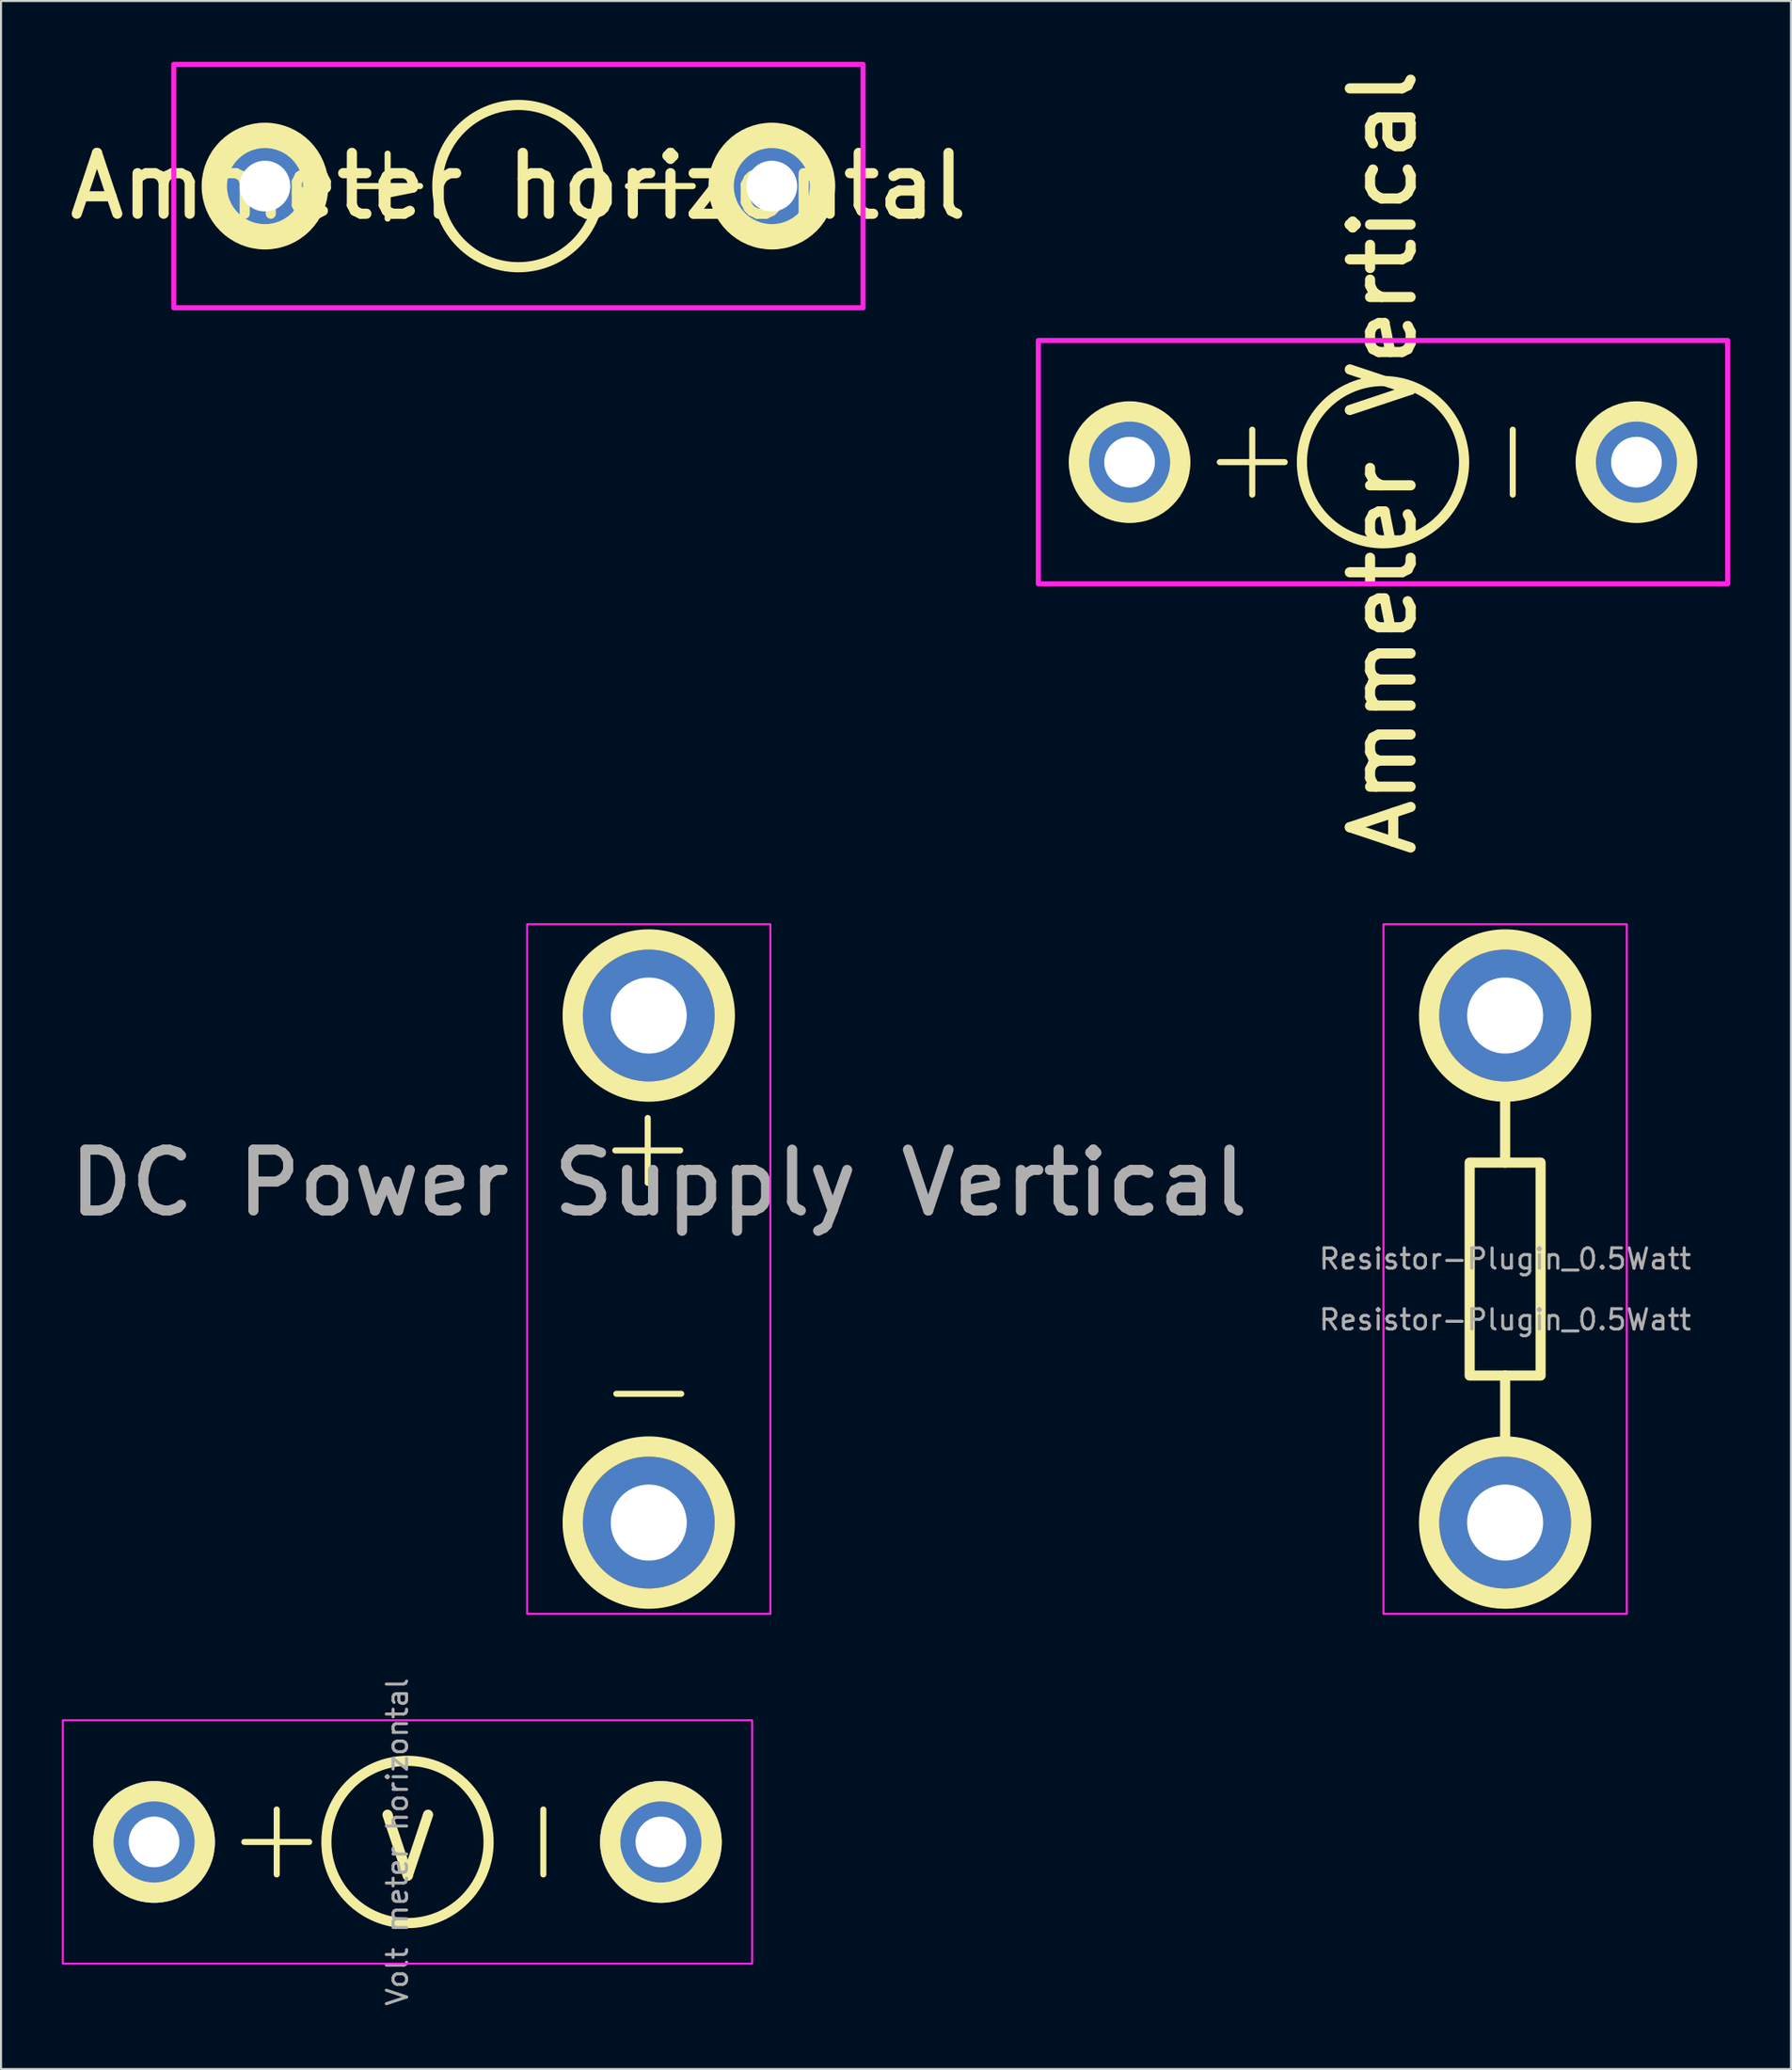
<source format=kicad_pcb>
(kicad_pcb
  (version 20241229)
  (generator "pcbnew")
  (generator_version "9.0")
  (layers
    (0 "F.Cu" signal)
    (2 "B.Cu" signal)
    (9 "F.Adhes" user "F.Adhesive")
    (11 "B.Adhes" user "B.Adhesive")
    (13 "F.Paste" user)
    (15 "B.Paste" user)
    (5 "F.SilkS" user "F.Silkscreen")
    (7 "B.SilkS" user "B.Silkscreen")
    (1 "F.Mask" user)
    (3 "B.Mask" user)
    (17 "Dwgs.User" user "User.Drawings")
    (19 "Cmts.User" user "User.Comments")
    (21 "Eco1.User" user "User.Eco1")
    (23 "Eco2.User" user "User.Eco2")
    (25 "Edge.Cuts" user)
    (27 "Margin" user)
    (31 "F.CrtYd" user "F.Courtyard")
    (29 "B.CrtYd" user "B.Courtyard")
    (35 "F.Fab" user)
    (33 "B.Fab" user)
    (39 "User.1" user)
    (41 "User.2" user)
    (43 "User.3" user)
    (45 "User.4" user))
  (footprint "Ammeter Vertical"
    (layer "F.Cu")
    (at 65.168 19.736)
    (property "Reference" "Ammeter Vertical" (at 0 0 90) (unlocked yes) (layer "F.SilkS") (effects (font (size 3 3) (thickness 0.5))))
    (attr smd)
    (fp_line (start -6.45 1.6) (end -6.45 -1.6) (stroke (width 0.3) (type default)) (layer "F.SilkS"))
    (fp_line (start -4.85 0) (end -8.05 0) (stroke (width 0.3) (type default)) (layer "F.SilkS"))
    (fp_line (start 6.4 -1.6) (end 6.4 1.6) (stroke (width 0.3) (type default)) (layer "F.SilkS"))
    (fp_circle (center -12.5 0) (end -12.5 2.5) (stroke (width 1) (type default)) (fill no) (layer "F.SilkS"))
    (fp_circle (center 0 0) (end 4 0) (stroke (width 0.5) (type default)) (fill no) (layer "F.SilkS"))
    (fp_circle (center 12.5 0) (end 12.5 2.5) (stroke (width 1) (type default)) (fill no) (layer "F.SilkS"))
    (fp_rect (start -17 -6) (end 17 6) (stroke (width 0.25) (type default)) (fill no) (layer "F.CrtYd"))
    (pad "1" thru_hole circle (at 12.5 0 270) (size 4.8 4.8) (drill 2.5) (layers "*.Cu" "*.Mask"))
    (pad "2" thru_hole circle (at -12.5 0 270) (size 4.8 4.8) (drill 2.5) (layers "*.Cu" "*.Mask")))
  (footprint "Ammeter horizontal"
    (layer "F.Cu")
    (at 22.521 6.125)
    (property "Reference" "Ammeter horizontal" (at 0 0 0) (unlocked yes) (layer "F.SilkS") (effects (font (size 3 3) (thickness 0.5))))
    (attr smd)
    (fp_line (start -6.45 1.6) (end -6.45 -1.6) (stroke (width 0.3) (type default)) (layer "F.SilkS"))
    (fp_line (start -4.85 0) (end -8.05 0) (stroke (width 0.3) (type default)) (layer "F.SilkS"))
    (fp_line (start 8.6 0) (end 5.4 0) (stroke (width 0.3) (type default)) (layer "F.SilkS"))
    (fp_circle (center -12.5 0) (end -12.5 2.5) (stroke (width 1.25) (type default)) (fill no) (layer "F.SilkS"))
    (fp_circle (center 0 0) (end 4 0) (stroke (width 0.5) (type default)) (fill no) (layer "F.SilkS"))
    (fp_circle (center 12.5 0) (end 12.5 2.5) (stroke (width 1.25) (type default)) (fill no) (layer "F.SilkS"))
    (fp_rect (start -17 -6) (end 17 6) (stroke (width 0.25) (type default)) (fill no) (layer "F.CrtYd"))
    (pad "1" thru_hole circle (at 12.5 0 270) (size 4.8 4.8) (drill 2.5) (layers "*.Cu" "*.Mask"))
    (pad "2" thru_hole circle (at -12.5 0 270) (size 4.8 4.8) (drill 2.5) (layers "*.Cu" "*.Mask")))
  (footprint "Resistor-Plugin_0.5Watt"
    (layer "F.Cu")
    (at 71.192 59.521)
    (property "Reference" "Resistor-Plugin_0.5Watt" (at 0 -0.5 0) (unlocked yes) (layer "F.Fab") (effects (font (size 1 1) (thickness 0.15))))
    (attr smd)
    (fp_line (start -1.72 -5.37) (end -1.72 3.87) (stroke (width 0.12) (type solid)) (layer "F.SilkS"))
    (fp_line (start 0 -8.8) (end 0 -5.25) (stroke (width 0.5) (type default)) (layer "F.SilkS"))
    (fp_line (start 0 -7.33) (end 0 -5.37) (stroke (width 0.12) (type solid)) (layer "F.SilkS"))
    (fp_line (start 0 5.25) (end 0 8.8) (stroke (width 0.5) (type default)) (layer "F.SilkS"))
    (fp_line (start 1.72 -5.37) (end -1.72 -5.37) (stroke (width 0.12) (type solid)) (layer "F.SilkS"))
    (fp_line (start 1.72 3.87) (end 1.72 -5.37) (stroke (width 0.12) (type solid)) (layer "F.SilkS"))
    (fp_rect (start -1.75 -5.25) (end 1.75 5.25) (stroke (width 0.5) (type default)) (fill no) (layer "F.SilkS"))
    (fp_circle (center 0 -12.5) (end 3.75 -12.5) (stroke (width 1) (type default)) (fill no) (layer "F.SilkS"))
    (fp_circle (center 0 12.5) (end 3.75 12.5) (stroke (width 1) (type default)) (fill no) (layer "F.SilkS"))
    (fp_rect (start -6 -17) (end 6 17) (stroke (width 0.1) (type default)) (fill no) (layer "F.CrtYd"))
    (fp_text user "${REFERENCE}" (at 0 2.5 0) (unlocked yes) (layer "F.Fab") (effects (font (size 1 1) (thickness 0.15))))
    (pad "1" thru_hole circle (at 0 -12.5) (size 6.5 6.5) (drill 3.75) (layers "*.Cu" "*.Mask"))
    (pad "2" thru_hole circle (at 0 12.5) (size 6.5 6.5) (drill 3.75) (layers "*.Cu" "*.Mask")))
  (footprint "Volt meter horizontal"
    (layer "F.Cu")
    (at 17.05 87.768)
    (property "Reference" "Volt meter horizontal" (at -0.5 0 90) (unlocked yes) (layer "F.Fab") (effects (font (size 1 1) (thickness 0.15))))
    (attr smd)
    (fp_circle (center -12.5 0) (end -9.6 0) (stroke (width 0.2) (type default)) (fill yes) (layer "B.Cu"))
    (fp_circle (center 12.5 0) (end 15.4 0) (stroke (width 0.2) (type default)) (fill yes) (layer "B.Cu"))
    (fp_line (start -6.45 1.6) (end -6.45 -1.6) (stroke (width 0.3) (type default)) (layer "F.SilkS"))
    (fp_line (start -4.85 0) (end -8.05 0) (stroke (width 0.3) (type default)) (layer "F.SilkS"))
    (fp_line (start 6.7 1.6) (end 6.7 -1.6) (stroke (width 0.3) (type default)) (layer "F.SilkS"))
    (fp_circle (center -12.5 0) (end -12.5 2.5) (stroke (width 1) (type default)) (fill no) (layer "F.SilkS"))
    (fp_circle (center 0 0) (end 4 0) (stroke (width 0.5) (type default)) (fill no) (layer "F.SilkS"))
    (fp_circle (center 12.5 0) (end 12.5 2.5) (stroke (width 1) (type default)) (fill no) (layer "F.SilkS"))
    (fp_rect (start -17 -6) (end 17 6) (stroke (width 0.1) (type default)) (fill no) (layer "F.CrtYd"))
    (fp_text user "V" (at -1.6 2.05 0) (unlocked yes) (layer "F.SilkS") (effects (font (size 3 3) (thickness 0.5)) (justify left bottom)))
    (pad "1" thru_hole circle (at 12.5 0 270) (size 6 6) (drill 2.5) (layers "*.Cu" "*.Mask"))
    (pad "2" thru_hole circle (at -12.5 0 270) (size 6 6) (drill 2.5) (layers "*.Cu" "*.Mask")))
  (footprint "DC Power Supply Vertical"
    (layer "F.Cu")
    (at 28.95 59.521)
    (property "Reference" "DC Power Supply Vertical" (at 0.5 -4.25 0) (unlocked yes) (layer "F.Fab") (effects (font (size 3 3) (thickness 0.5))))
    (attr smd)
    (fp_line (start -1.65 -5.85) (end 1.55 -5.85) (stroke (width 0.3) (type default)) (layer "F.SilkS"))
    (fp_line (start -1.6 6.15) (end 1.6 6.15) (stroke (width 0.3) (type default)) (layer "F.SilkS"))
    (fp_line (start -0.05 -4.25) (end -0.05 -7.45) (stroke (width 0.3) (type default)) (layer "F.SilkS"))
    (fp_circle (center 0 -12.5) (end 3.75 -12.5) (stroke (width 1) (type default)) (fill no) (layer "F.SilkS"))
    (fp_circle (center 0 12.5) (end 3.75 12.5) (stroke (width 1) (type default)) (fill no) (layer "F.SilkS"))
    (fp_rect (start -6 -17) (end 6 17) (stroke (width 0.1) (type default)) (fill no) (layer "F.CrtYd"))
    (pad "1" thru_hole circle (at 0 -12.5) (size 6.5 6.5) (drill 3.75) (layers "*.Cu" "*.Mask"))
    (pad "2" thru_hole circle (at 0 12.5) (size 6.5 6.5) (drill 3.75) (layers "*.Cu" "*.Mask")))
  (gr_rect
    (start -3 -3)
    (end 85.293 98.964)
    (stroke (width 0.1) (type default))
    (fill no)
    (layer "Edge.Cuts")))
</source>
